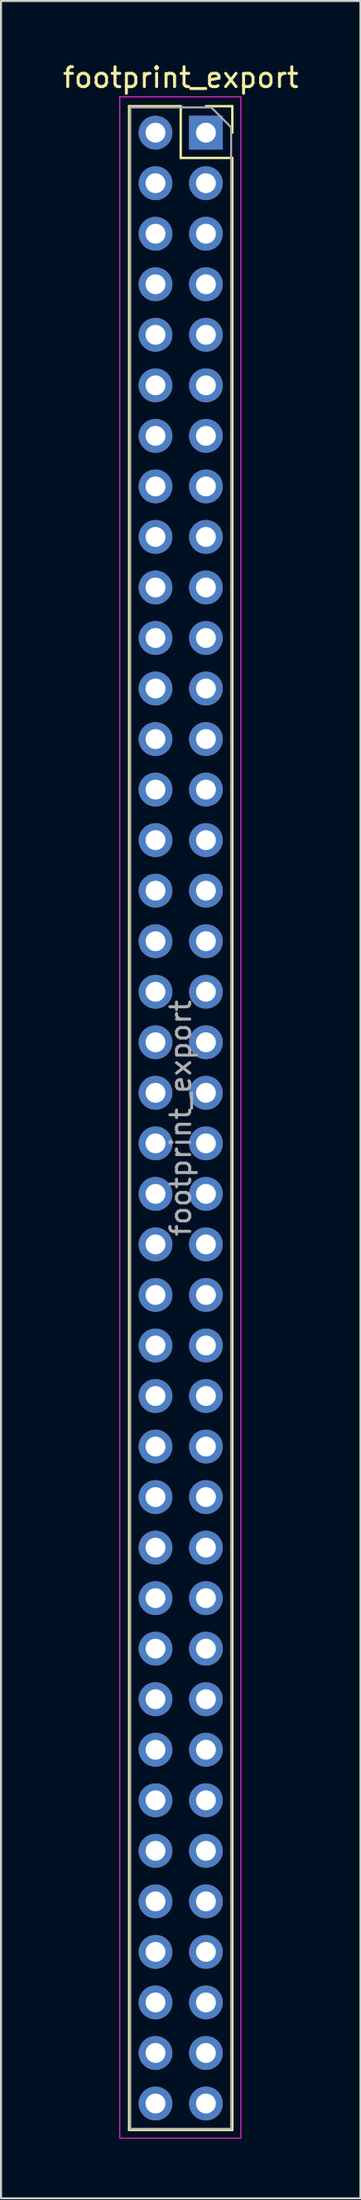
<source format=kicad_pcb>
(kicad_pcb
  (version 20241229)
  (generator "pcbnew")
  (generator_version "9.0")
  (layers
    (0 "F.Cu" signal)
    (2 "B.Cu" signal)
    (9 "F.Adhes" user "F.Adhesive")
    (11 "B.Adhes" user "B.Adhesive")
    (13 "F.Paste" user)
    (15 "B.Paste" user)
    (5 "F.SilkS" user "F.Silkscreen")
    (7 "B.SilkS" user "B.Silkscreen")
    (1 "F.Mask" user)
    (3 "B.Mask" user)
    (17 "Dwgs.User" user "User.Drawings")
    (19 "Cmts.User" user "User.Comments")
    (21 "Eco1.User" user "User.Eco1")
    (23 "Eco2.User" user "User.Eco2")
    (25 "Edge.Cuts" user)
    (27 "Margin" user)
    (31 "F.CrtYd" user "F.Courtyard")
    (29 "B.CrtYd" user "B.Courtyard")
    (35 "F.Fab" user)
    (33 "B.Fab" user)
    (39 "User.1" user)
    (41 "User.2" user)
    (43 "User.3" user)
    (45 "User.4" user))
  (footprint "footprint_export"
    (layer "F.Cu")
    (at 7.324 3.618)
    (property "Reference" "footprint_export" (at -1.27 -2.77 0) (layer "F.SilkS") (effects (font (size 1 1) (thickness 0.15))))
    (attr through_hole)
    (fp_line (start -3.87 -1.33) (end -3.87 100.39) (stroke (width 0.12) (type solid)) (layer "F.SilkS"))
    (fp_line (start -3.87 -1.33) (end -1.27 -1.33) (stroke (width 0.12) (type solid)) (layer "F.SilkS"))
    (fp_line (start -3.87 100.39) (end 1.33 100.39) (stroke (width 0.12) (type solid)) (layer "F.SilkS"))
    (fp_line (start -1.27 -1.33) (end -1.27 1.27) (stroke (width 0.12) (type solid)) (layer "F.SilkS"))
    (fp_line (start -1.27 1.27) (end 1.33 1.27) (stroke (width 0.12) (type solid)) (layer "F.SilkS"))
    (fp_line (start 0 -1.33) (end 1.33 -1.33) (stroke (width 0.12) (type solid)) (layer "F.SilkS"))
    (fp_line (start 1.33 -1.33) (end 1.33 0) (stroke (width 0.12) (type solid)) (layer "F.SilkS"))
    (fp_line (start 1.33 1.27) (end 1.33 100.39) (stroke (width 0.12) (type solid)) (layer "F.SilkS"))
    (fp_line (start -4.34 -1.8) (end 1.76 -1.8) (stroke (width 0.05) (type solid)) (layer "F.CrtYd"))
    (fp_line (start -4.34 100.8) (end -4.34 -1.8) (stroke (width 0.05) (type solid)) (layer "F.CrtYd"))
    (fp_line (start 1.76 -1.8) (end 1.76 100.8) (stroke (width 0.05) (type solid)) (layer "F.CrtYd"))
    (fp_line (start 1.76 100.8) (end -4.34 100.8) (stroke (width 0.05) (type solid)) (layer "F.CrtYd"))
    (fp_line (start -3.81 -1.27) (end 0.27 -1.27) (stroke (width 0.1) (type solid)) (layer "F.Fab"))
    (fp_line (start -3.81 100.33) (end -3.81 -1.27) (stroke (width 0.1) (type solid)) (layer "F.Fab"))
    (fp_line (start 0.27 -1.27) (end 1.27 -0.27) (stroke (width 0.1) (type solid)) (layer "F.Fab"))
    (fp_line (start 1.27 -0.27) (end 1.27 100.33) (stroke (width 0.1) (type solid)) (layer "F.Fab"))
    (fp_line (start 1.27 100.33) (end -3.81 100.33) (stroke (width 0.1) (type solid)) (layer "F.Fab"))
    (fp_text user "${REFERENCE}" (at -1.27 49.53 90) (layer "F.Fab") (effects (font (size 1 1) (thickness 0.15))))
    (pad "1" thru_hole rect (at 0 0) (size 1.7 1.7) (drill 1) (layers "*.Cu" "*.Mask"))
    (pad "2" thru_hole oval (at -2.54 0) (size 1.7 1.7) (drill 1) (layers "*.Cu" "*.Mask"))
    (pad "3" thru_hole oval (at 0 2.54) (size 1.7 1.7) (drill 1) (layers "*.Cu" "*.Mask"))
    (pad "4" thru_hole oval (at -2.54 2.54) (size 1.7 1.7) (drill 1) (layers "*.Cu" "*.Mask"))
    (pad "5" thru_hole oval (at 0 5.08) (size 1.7 1.7) (drill 1) (layers "*.Cu" "*.Mask"))
    (pad "6" thru_hole oval (at -2.54 5.08) (size 1.7 1.7) (drill 1) (layers "*.Cu" "*.Mask"))
    (pad "7" thru_hole oval (at 0 7.62) (size 1.7 1.7) (drill 1) (layers "*.Cu" "*.Mask"))
    (pad "8" thru_hole oval (at -2.54 7.62) (size 1.7 1.7) (drill 1) (layers "*.Cu" "*.Mask"))
    (pad "9" thru_hole oval (at 0 10.16) (size 1.7 1.7) (drill 1) (layers "*.Cu" "*.Mask"))
    (pad "10" thru_hole oval (at -2.54 10.16) (size 1.7 1.7) (drill 1) (layers "*.Cu" "*.Mask"))
    (pad "11" thru_hole oval (at 0 12.7) (size 1.7 1.7) (drill 1) (layers "*.Cu" "*.Mask"))
    (pad "12" thru_hole oval (at -2.54 12.7) (size 1.7 1.7) (drill 1) (layers "*.Cu" "*.Mask"))
    (pad "13" thru_hole oval (at 0 15.24) (size 1.7 1.7) (drill 1) (layers "*.Cu" "*.Mask"))
    (pad "14" thru_hole oval (at -2.54 15.24) (size 1.7 1.7) (drill 1) (layers "*.Cu" "*.Mask"))
    (pad "15" thru_hole oval (at 0 17.78) (size 1.7 1.7) (drill 1) (layers "*.Cu" "*.Mask"))
    (pad "16" thru_hole oval (at -2.54 17.78) (size 1.7 1.7) (drill 1) (layers "*.Cu" "*.Mask"))
    (pad "17" thru_hole oval (at 0 20.32) (size 1.7 1.7) (drill 1) (layers "*.Cu" "*.Mask"))
    (pad "18" thru_hole oval (at -2.54 20.32) (size 1.7 1.7) (drill 1) (layers "*.Cu" "*.Mask"))
    (pad "19" thru_hole oval (at 0 22.86) (size 1.7 1.7) (drill 1) (layers "*.Cu" "*.Mask"))
    (pad "20" thru_hole oval (at -2.54 22.86) (size 1.7 1.7) (drill 1) (layers "*.Cu" "*.Mask"))
    (pad "21" thru_hole oval (at 0 25.4) (size 1.7 1.7) (drill 1) (layers "*.Cu" "*.Mask"))
    (pad "22" thru_hole oval (at -2.54 25.4) (size 1.7 1.7) (drill 1) (layers "*.Cu" "*.Mask"))
    (pad "23" thru_hole oval (at 0 27.94) (size 1.7 1.7) (drill 1) (layers "*.Cu" "*.Mask"))
    (pad "24" thru_hole oval (at -2.54 27.94) (size 1.7 1.7) (drill 1) (layers "*.Cu" "*.Mask"))
    (pad "25" thru_hole oval (at 0 30.48) (size 1.7 1.7) (drill 1) (layers "*.Cu" "*.Mask"))
    (pad "26" thru_hole oval (at -2.54 30.48) (size 1.7 1.7) (drill 1) (layers "*.Cu" "*.Mask"))
    (pad "27" thru_hole oval (at 0 33.02) (size 1.7 1.7) (drill 1) (layers "*.Cu" "*.Mask"))
    (pad "28" thru_hole oval (at -2.54 33.02) (size 1.7 1.7) (drill 1) (layers "*.Cu" "*.Mask"))
    (pad "29" thru_hole oval (at 0 35.56) (size 1.7 1.7) (drill 1) (layers "*.Cu" "*.Mask"))
    (pad "30" thru_hole oval (at -2.54 35.56) (size 1.7 1.7) (drill 1) (layers "*.Cu" "*.Mask"))
    (pad "31" thru_hole oval (at 0 38.1) (size 1.7 1.7) (drill 1) (layers "*.Cu" "*.Mask"))
    (pad "32" thru_hole oval (at -2.54 38.1) (size 1.7 1.7) (drill 1) (layers "*.Cu" "*.Mask"))
    (pad "33" thru_hole oval (at 0 40.64) (size 1.7 1.7) (drill 1) (layers "*.Cu" "*.Mask"))
    (pad "34" thru_hole oval (at -2.54 40.64) (size 1.7 1.7) (drill 1) (layers "*.Cu" "*.Mask"))
    (pad "35" thru_hole oval (at 0 43.18) (size 1.7 1.7) (drill 1) (layers "*.Cu" "*.Mask"))
    (pad "36" thru_hole oval (at -2.54 43.18) (size 1.7 1.7) (drill 1) (layers "*.Cu" "*.Mask"))
    (pad "37" thru_hole oval (at 0 45.72) (size 1.7 1.7) (drill 1) (layers "*.Cu" "*.Mask"))
    (pad "38" thru_hole oval (at -2.54 45.72) (size 1.7 1.7) (drill 1) (layers "*.Cu" "*.Mask"))
    (pad "39" thru_hole oval (at 0 48.26) (size 1.7 1.7) (drill 1) (layers "*.Cu" "*.Mask"))
    (pad "40" thru_hole oval (at -2.54 48.26) (size 1.7 1.7) (drill 1) (layers "*.Cu" "*.Mask"))
    (pad "41" thru_hole oval (at 0 50.8) (size 1.7 1.7) (drill 1) (layers "*.Cu" "*.Mask"))
    (pad "42" thru_hole oval (at -2.54 50.8) (size 1.7 1.7) (drill 1) (layers "*.Cu" "*.Mask"))
    (pad "43" thru_hole oval (at 0 53.34) (size 1.7 1.7) (drill 1) (layers "*.Cu" "*.Mask"))
    (pad "44" thru_hole oval (at -2.54 53.34) (size 1.7 1.7) (drill 1) (layers "*.Cu" "*.Mask"))
    (pad "45" thru_hole oval (at 0 55.88) (size 1.7 1.7) (drill 1) (layers "*.Cu" "*.Mask"))
    (pad "46" thru_hole oval (at -2.54 55.88) (size 1.7 1.7) (drill 1) (layers "*.Cu" "*.Mask"))
    (pad "47" thru_hole oval (at 0 58.42) (size 1.7 1.7) (drill 1) (layers "*.Cu" "*.Mask"))
    (pad "48" thru_hole oval (at -2.54 58.42) (size 1.7 1.7) (drill 1) (layers "*.Cu" "*.Mask"))
    (pad "49" thru_hole oval (at 0 60.96) (size 1.7 1.7) (drill 1) (layers "*.Cu" "*.Mask"))
    (pad "50" thru_hole oval (at -2.54 60.96) (size 1.7 1.7) (drill 1) (layers "*.Cu" "*.Mask"))
    (pad "51" thru_hole oval (at 0 63.5) (size 1.7 1.7) (drill 1) (layers "*.Cu" "*.Mask"))
    (pad "52" thru_hole oval (at -2.54 63.5) (size 1.7 1.7) (drill 1) (layers "*.Cu" "*.Mask"))
    (pad "53" thru_hole oval (at 0 66.04) (size 1.7 1.7) (drill 1) (layers "*.Cu" "*.Mask"))
    (pad "54" thru_hole oval (at -2.54 66.04) (size 1.7 1.7) (drill 1) (layers "*.Cu" "*.Mask"))
    (pad "55" thru_hole oval (at 0 68.58) (size 1.7 1.7) (drill 1) (layers "*.Cu" "*.Mask"))
    (pad "56" thru_hole oval (at -2.54 68.58) (size 1.7 1.7) (drill 1) (layers "*.Cu" "*.Mask"))
    (pad "57" thru_hole oval (at 0 71.12) (size 1.7 1.7) (drill 1) (layers "*.Cu" "*.Mask"))
    (pad "58" thru_hole oval (at -2.54 71.12) (size 1.7 1.7) (drill 1) (layers "*.Cu" "*.Mask"))
    (pad "59" thru_hole oval (at 0 73.66) (size 1.7 1.7) (drill 1) (layers "*.Cu" "*.Mask"))
    (pad "60" thru_hole oval (at -2.54 73.66) (size 1.7 1.7) (drill 1) (layers "*.Cu" "*.Mask"))
    (pad "61" thru_hole oval (at 0 76.2) (size 1.7 1.7) (drill 1) (layers "*.Cu" "*.Mask"))
    (pad "62" thru_hole oval (at -2.54 76.2) (size 1.7 1.7) (drill 1) (layers "*.Cu" "*.Mask"))
    (pad "63" thru_hole oval (at 0 78.74) (size 1.7 1.7) (drill 1) (layers "*.Cu" "*.Mask"))
    (pad "64" thru_hole oval (at -2.54 78.74) (size 1.7 1.7) (drill 1) (layers "*.Cu" "*.Mask"))
    (pad "65" thru_hole oval (at 0 81.28) (size 1.7 1.7) (drill 1) (layers "*.Cu" "*.Mask"))
    (pad "66" thru_hole oval (at -2.54 81.28) (size 1.7 1.7) (drill 1) (layers "*.Cu" "*.Mask"))
    (pad "67" thru_hole oval (at 0 83.82) (size 1.7 1.7) (drill 1) (layers "*.Cu" "*.Mask"))
    (pad "68" thru_hole oval (at -2.54 83.82) (size 1.7 1.7) (drill 1) (layers "*.Cu" "*.Mask"))
    (pad "69" thru_hole oval (at 0 86.36) (size 1.7 1.7) (drill 1) (layers "*.Cu" "*.Mask"))
    (pad "70" thru_hole oval (at -2.54 86.36) (size 1.7 1.7) (drill 1) (layers "*.Cu" "*.Mask"))
    (pad "71" thru_hole oval (at 0 88.9) (size 1.7 1.7) (drill 1) (layers "*.Cu" "*.Mask"))
    (pad "72" thru_hole oval (at -2.54 88.9) (size 1.7 1.7) (drill 1) (layers "*.Cu" "*.Mask"))
    (pad "73" thru_hole oval (at 0 91.44) (size 1.7 1.7) (drill 1) (layers "*.Cu" "*.Mask"))
    (pad "74" thru_hole oval (at -2.54 91.44) (size 1.7 1.7) (drill 1) (layers "*.Cu" "*.Mask"))
    (pad "75" thru_hole oval (at 0 93.98) (size 1.7 1.7) (drill 1) (layers "*.Cu" "*.Mask"))
    (pad "76" thru_hole oval (at -2.54 93.98) (size 1.7 1.7) (drill 1) (layers "*.Cu" "*.Mask"))
    (pad "77" thru_hole oval (at 0 96.52) (size 1.7 1.7) (drill 1) (layers "*.Cu" "*.Mask"))
    (pad "78" thru_hole oval (at -2.54 96.52) (size 1.7 1.7) (drill 1) (layers "*.Cu" "*.Mask"))
    (pad "79" thru_hole oval (at 0 99.06) (size 1.7 1.7) (drill 1) (layers "*.Cu" "*.Mask"))
    (pad "80" thru_hole oval (at -2.54 99.06) (size 1.7 1.7) (drill 1) (layers "*.Cu" "*.Mask")))
  (gr_rect
    (start -3 -3)
    (end 15.107 107.443)
    (stroke (width 0.1) (type default))
    (fill no)
    (layer "Edge.Cuts")))
</source>
